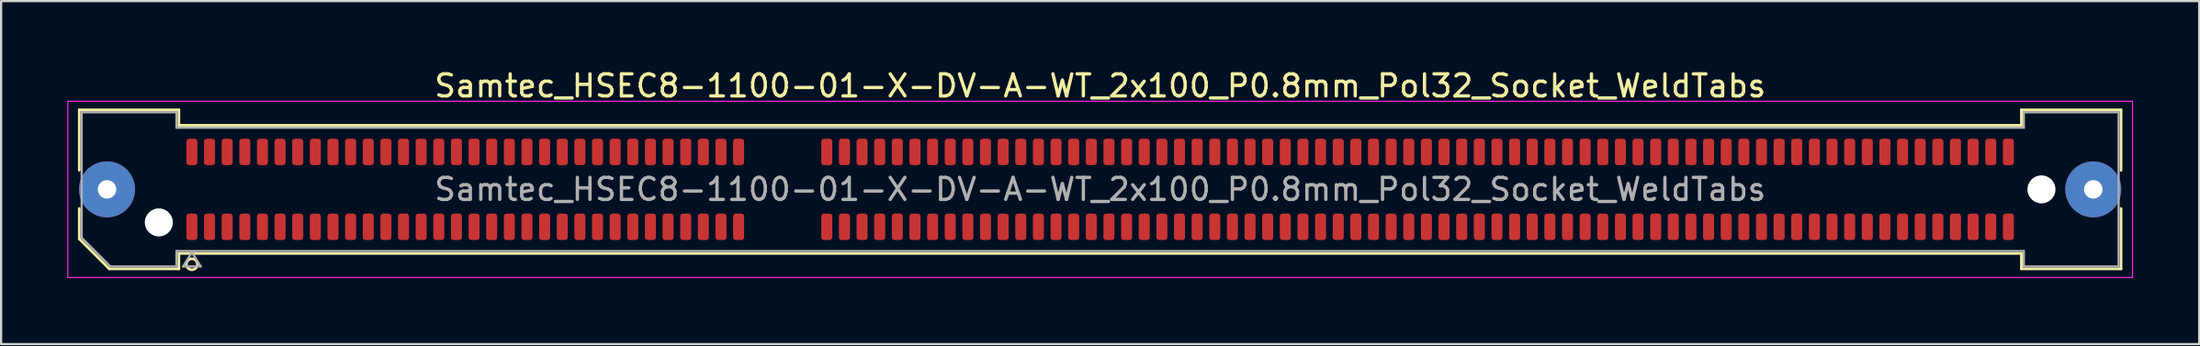
<source format=kicad_pcb>
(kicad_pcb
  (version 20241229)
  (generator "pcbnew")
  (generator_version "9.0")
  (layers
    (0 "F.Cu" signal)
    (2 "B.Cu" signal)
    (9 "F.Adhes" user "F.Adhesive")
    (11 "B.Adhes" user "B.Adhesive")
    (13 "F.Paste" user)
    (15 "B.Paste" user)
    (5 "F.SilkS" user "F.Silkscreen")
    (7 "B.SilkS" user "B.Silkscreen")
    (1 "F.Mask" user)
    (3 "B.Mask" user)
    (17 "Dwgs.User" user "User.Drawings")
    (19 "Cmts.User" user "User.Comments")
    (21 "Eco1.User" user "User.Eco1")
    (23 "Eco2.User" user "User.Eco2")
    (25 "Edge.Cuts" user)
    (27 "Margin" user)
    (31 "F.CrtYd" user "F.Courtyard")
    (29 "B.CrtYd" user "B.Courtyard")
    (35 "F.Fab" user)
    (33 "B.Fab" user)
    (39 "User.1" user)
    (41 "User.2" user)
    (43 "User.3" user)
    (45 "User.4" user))
  (footprint "Samtec_HSEC8-1100-01-X-DV-A-WT_2x100_P0.8mm_Pol32_Socket_WeldTabs"
    (layer "F.Cu")
    (at 46.855 5.548)
    (property "Reference" "Samtec_HSEC8-1100-01-X-DV-A-WT_2x100_P0.8mm_Pol32_Socket_WeldTabs" (at 0 -4.7 0) (layer "F.SilkS") (effects (font (size 1 1) (thickness 0.15))))
    (attr smd)
    (fp_line (start -46.31 -3.61) (end -41.79 -3.61) (stroke (width 0.12) (type solid)) (layer "F.SilkS"))
    (fp_line (start -46.31 -0.868) (end -46.31 -3.61) (stroke (width 0.12) (type solid)) (layer "F.SilkS"))
    (fp_line (start -46.31 2.246) (end -46.31 0.868) (stroke (width 0.12) (type solid)) (layer "F.SilkS"))
    (fp_line (start -44.946 3.61) (end -46.31 2.246) (stroke (width 0.12) (type solid)) (layer "F.SilkS"))
    (fp_line (start -41.79 -3.61) (end -41.79 -2.91) (stroke (width 0.12) (type solid)) (layer "F.SilkS"))
    (fp_line (start -41.79 -2.91) (end 41.79 -2.91) (stroke (width 0.12) (type solid)) (layer "F.SilkS"))
    (fp_line (start -41.79 2.91) (end -41.79 3.61) (stroke (width 0.12) (type solid)) (layer "F.SilkS"))
    (fp_line (start -41.79 3.61) (end -44.946 3.61) (stroke (width 0.12) (type solid)) (layer "F.SilkS"))
    (fp_line (start 41.79 -3.61) (end 46.31 -3.61) (stroke (width 0.12) (type solid)) (layer "F.SilkS"))
    (fp_line (start 41.79 -2.91) (end 41.79 -3.61) (stroke (width 0.12) (type solid)) (layer "F.SilkS"))
    (fp_line (start 41.79 2.91) (end -41.79 2.91) (stroke (width 0.12) (type solid)) (layer "F.SilkS"))
    (fp_line (start 41.79 3.61) (end 41.79 2.91) (stroke (width 0.12) (type solid)) (layer "F.SilkS"))
    (fp_line (start 46.31 -3.61) (end 46.31 -0.868) (stroke (width 0.12) (type solid)) (layer "F.SilkS"))
    (fp_line (start 46.31 0.868) (end 46.31 3.61) (stroke (width 0.12) (type solid)) (layer "F.SilkS"))
    (fp_line (start 46.31 3.61) (end 41.79 3.61) (stroke (width 0.12) (type solid)) (layer "F.SilkS"))
    (fp_circle (center -41.2 3.4) (end -40.95 3.4) (stroke (width 0.12) (type solid)) (fill no) (layer "F.SilkS"))
    (fp_line (start -46.83 -4) (end -46.83 4) (stroke (width 0.05) (type solid)) (layer "F.CrtYd"))
    (fp_line (start -46.83 4) (end 46.83 4) (stroke (width 0.05) (type solid)) (layer "F.CrtYd"))
    (fp_line (start 46.83 -4) (end -46.83 -4) (stroke (width 0.05) (type solid)) (layer "F.CrtYd"))
    (fp_line (start 46.83 4) (end 46.83 -4) (stroke (width 0.05) (type solid)) (layer "F.CrtYd"))
    (fp_line (start -46.2 -3.5) (end -41.9 -3.5) (stroke (width 0.1) (type solid)) (layer "F.Fab"))
    (fp_line (start -46.2 2.2) (end -46.2 -3.5) (stroke (width 0.1) (type solid)) (layer "F.Fab"))
    (fp_line (start -44.9 3.5) (end -46.2 2.2) (stroke (width 0.1) (type solid)) (layer "F.Fab"))
    (fp_line (start -41.9 -3.5) (end -41.9 -2.8) (stroke (width 0.1) (type solid)) (layer "F.Fab"))
    (fp_line (start -41.9 -2.8) (end 41.9 -2.8) (stroke (width 0.1) (type solid)) (layer "F.Fab"))
    (fp_line (start -41.9 2.8) (end -41.9 3.5) (stroke (width 0.1) (type solid)) (layer "F.Fab"))
    (fp_line (start -41.9 3.5) (end -44.9 3.5) (stroke (width 0.1) (type solid)) (layer "F.Fab"))
    (fp_line (start -41.6 3.5) (end -41.2 2.86) (stroke (width 0.1) (type solid)) (layer "F.Fab"))
    (fp_line (start -41.2 2.86) (end -40.8 3.5) (stroke (width 0.1) (type solid)) (layer "F.Fab"))
    (fp_line (start -40.8 3.5) (end -41.6 3.5) (stroke (width 0.1) (type solid)) (layer "F.Fab"))
    (fp_line (start 41.9 -3.5) (end 46.2 -3.5) (stroke (width 0.1) (type solid)) (layer "F.Fab"))
    (fp_line (start 41.9 -2.8) (end 41.9 -3.5) (stroke (width 0.1) (type solid)) (layer "F.Fab"))
    (fp_line (start 41.9 2.8) (end -41.9 2.8) (stroke (width 0.1) (type solid)) (layer "F.Fab"))
    (fp_line (start 41.9 3.5) (end 41.9 2.8) (stroke (width 0.1) (type solid)) (layer "F.Fab"))
    (fp_line (start 46.2 -3.5) (end 46.2 3.5) (stroke (width 0.1) (type solid)) (layer "F.Fab"))
    (fp_line (start 46.2 3.5) (end 41.9 3.5) (stroke (width 0.1) (type solid)) (layer "F.Fab"))
    (fp_text user "${REFERENCE}" (at 0 0 0) (layer "F.Fab") (effects (font (size 1 1) (thickness 0.15))))
    (pad "" thru_hole circle (at -45.05 0) (size 2.54 2.54) (drill 0.84) (layers "*.Cu" "*.Mask" "F.Paste"))
    (pad "" np_thru_hole circle (at -42.7 1.5) (size 1.27 1.27) (drill 1.27) (layers "*.Cu" "*.Mask"))
    (pad "" np_thru_hole circle (at 42.7 0) (size 1.27 1.27) (drill 1.27) (layers "*.Cu" "*.Mask"))
    (pad "" thru_hole circle (at 45.05 0) (size 2.54 2.54) (drill 0.84) (layers "*.Cu" "*.Mask" "F.Paste"))
    (pad "1" smd roundrect (at -41.2 1.7) (size 0.5 1.2) (layers "F.Cu" "F.Mask" "F.Paste") (roundrect_rratio 0.25))
    (pad "2" smd roundrect (at -41.2 -1.7) (size 0.5 1.2) (layers "F.Cu" "F.Mask" "F.Paste") (roundrect_rratio 0.25))
    (pad "3" smd roundrect (at -40.4 1.7) (size 0.5 1.2) (layers "F.Cu" "F.Mask" "F.Paste") (roundrect_rratio 0.25))
    (pad "4" smd roundrect (at -40.4 -1.7) (size 0.5 1.2) (layers "F.Cu" "F.Mask" "F.Paste") (roundrect_rratio 0.25))
    (pad "5" smd roundrect (at -39.6 1.7) (size 0.5 1.2) (layers "F.Cu" "F.Mask" "F.Paste") (roundrect_rratio 0.25))
    (pad "6" smd roundrect (at -39.6 -1.7) (size 0.5 1.2) (layers "F.Cu" "F.Mask" "F.Paste") (roundrect_rratio 0.25))
    (pad "7" smd roundrect (at -38.8 1.7) (size 0.5 1.2) (layers "F.Cu" "F.Mask" "F.Paste") (roundrect_rratio 0.25))
    (pad "8" smd roundrect (at -38.8 -1.7) (size 0.5 1.2) (layers "F.Cu" "F.Mask" "F.Paste") (roundrect_rratio 0.25))
    (pad "9" smd roundrect (at -38 1.7) (size 0.5 1.2) (layers "F.Cu" "F.Mask" "F.Paste") (roundrect_rratio 0.25))
    (pad "10" smd roundrect (at -38 -1.7) (size 0.5 1.2) (layers "F.Cu" "F.Mask" "F.Paste") (roundrect_rratio 0.25))
    (pad "11" smd roundrect (at -37.2 1.7) (size 0.5 1.2) (layers "F.Cu" "F.Mask" "F.Paste") (roundrect_rratio 0.25))
    (pad "12" smd roundrect (at -37.2 -1.7) (size 0.5 1.2) (layers "F.Cu" "F.Mask" "F.Paste") (roundrect_rratio 0.25))
    (pad "13" smd roundrect (at -36.4 1.7) (size 0.5 1.2) (layers "F.Cu" "F.Mask" "F.Paste") (roundrect_rratio 0.25))
    (pad "14" smd roundrect (at -36.4 -1.7) (size 0.5 1.2) (layers "F.Cu" "F.Mask" "F.Paste") (roundrect_rratio 0.25))
    (pad "15" smd roundrect (at -35.6 1.7) (size 0.5 1.2) (layers "F.Cu" "F.Mask" "F.Paste") (roundrect_rratio 0.25))
    (pad "16" smd roundrect (at -35.6 -1.7) (size 0.5 1.2) (layers "F.Cu" "F.Mask" "F.Paste") (roundrect_rratio 0.25))
    (pad "17" smd roundrect (at -34.8 1.7) (size 0.5 1.2) (layers "F.Cu" "F.Mask" "F.Paste") (roundrect_rratio 0.25))
    (pad "18" smd roundrect (at -34.8 -1.7) (size 0.5 1.2) (layers "F.Cu" "F.Mask" "F.Paste") (roundrect_rratio 0.25))
    (pad "19" smd roundrect (at -34 1.7) (size 0.5 1.2) (layers "F.Cu" "F.Mask" "F.Paste") (roundrect_rratio 0.25))
    (pad "20" smd roundrect (at -34 -1.7) (size 0.5 1.2) (layers "F.Cu" "F.Mask" "F.Paste") (roundrect_rratio 0.25))
    (pad "21" smd roundrect (at -33.2 1.7) (size 0.5 1.2) (layers "F.Cu" "F.Mask" "F.Paste") (roundrect_rratio 0.25))
    (pad "22" smd roundrect (at -33.2 -1.7) (size 0.5 1.2) (layers "F.Cu" "F.Mask" "F.Paste") (roundrect_rratio 0.25))
    (pad "23" smd roundrect (at -32.4 1.7) (size 0.5 1.2) (layers "F.Cu" "F.Mask" "F.Paste") (roundrect_rratio 0.25))
    (pad "24" smd roundrect (at -32.4 -1.7) (size 0.5 1.2) (layers "F.Cu" "F.Mask" "F.Paste") (roundrect_rratio 0.25))
    (pad "25" smd roundrect (at -31.6 1.7) (size 0.5 1.2) (layers "F.Cu" "F.Mask" "F.Paste") (roundrect_rratio 0.25))
    (pad "26" smd roundrect (at -31.6 -1.7) (size 0.5 1.2) (layers "F.Cu" "F.Mask" "F.Paste") (roundrect_rratio 0.25))
    (pad "27" smd roundrect (at -30.8 1.7) (size 0.5 1.2) (layers "F.Cu" "F.Mask" "F.Paste") (roundrect_rratio 0.25))
    (pad "28" smd roundrect (at -30.8 -1.7) (size 0.5 1.2) (layers "F.Cu" "F.Mask" "F.Paste") (roundrect_rratio 0.25))
    (pad "29" smd roundrect (at -30 1.7) (size 0.5 1.2) (layers "F.Cu" "F.Mask" "F.Paste") (roundrect_rratio 0.25))
    (pad "30" smd roundrect (at -30 -1.7) (size 0.5 1.2) (layers "F.Cu" "F.Mask" "F.Paste") (roundrect_rratio 0.25))
    (pad "31" smd roundrect (at -29.2 1.7) (size 0.5 1.2) (layers "F.Cu" "F.Mask" "F.Paste") (roundrect_rratio 0.25))
    (pad "32" smd roundrect (at -29.2 -1.7) (size 0.5 1.2) (layers "F.Cu" "F.Mask" "F.Paste") (roundrect_rratio 0.25))
    (pad "33" smd roundrect (at -28.4 1.7) (size 0.5 1.2) (layers "F.Cu" "F.Mask" "F.Paste") (roundrect_rratio 0.25))
    (pad "34" smd roundrect (at -28.4 -1.7) (size 0.5 1.2) (layers "F.Cu" "F.Mask" "F.Paste") (roundrect_rratio 0.25))
    (pad "35" smd roundrect (at -27.6 1.7) (size 0.5 1.2) (layers "F.Cu" "F.Mask" "F.Paste") (roundrect_rratio 0.25))
    (pad "36" smd roundrect (at -27.6 -1.7) (size 0.5 1.2) (layers "F.Cu" "F.Mask" "F.Paste") (roundrect_rratio 0.25))
    (pad "37" smd roundrect (at -26.8 1.7) (size 0.5 1.2) (layers "F.Cu" "F.Mask" "F.Paste") (roundrect_rratio 0.25))
    (pad "38" smd roundrect (at -26.8 -1.7) (size 0.5 1.2) (layers "F.Cu" "F.Mask" "F.Paste") (roundrect_rratio 0.25))
    (pad "39" smd roundrect (at -26 1.7) (size 0.5 1.2) (layers "F.Cu" "F.Mask" "F.Paste") (roundrect_rratio 0.25))
    (pad "40" smd roundrect (at -26 -1.7) (size 0.5 1.2) (layers "F.Cu" "F.Mask" "F.Paste") (roundrect_rratio 0.25))
    (pad "41" smd roundrect (at -25.2 1.7) (size 0.5 1.2) (layers "F.Cu" "F.Mask" "F.Paste") (roundrect_rratio 0.25))
    (pad "42" smd roundrect (at -25.2 -1.7) (size 0.5 1.2) (layers "F.Cu" "F.Mask" "F.Paste") (roundrect_rratio 0.25))
    (pad "43" smd roundrect (at -24.4 1.7) (size 0.5 1.2) (layers "F.Cu" "F.Mask" "F.Paste") (roundrect_rratio 0.25))
    (pad "44" smd roundrect (at -24.4 -1.7) (size 0.5 1.2) (layers "F.Cu" "F.Mask" "F.Paste") (roundrect_rratio 0.25))
    (pad "45" smd roundrect (at -23.6 1.7) (size 0.5 1.2) (layers "F.Cu" "F.Mask" "F.Paste") (roundrect_rratio 0.25))
    (pad "46" smd roundrect (at -23.6 -1.7) (size 0.5 1.2) (layers "F.Cu" "F.Mask" "F.Paste") (roundrect_rratio 0.25))
    (pad "47" smd roundrect (at -22.8 1.7) (size 0.5 1.2) (layers "F.Cu" "F.Mask" "F.Paste") (roundrect_rratio 0.25))
    (pad "48" smd roundrect (at -22.8 -1.7) (size 0.5 1.2) (layers "F.Cu" "F.Mask" "F.Paste") (roundrect_rratio 0.25))
    (pad "49" smd roundrect (at -22 1.7) (size 0.5 1.2) (layers "F.Cu" "F.Mask" "F.Paste") (roundrect_rratio 0.25))
    (pad "50" smd roundrect (at -22 -1.7) (size 0.5 1.2) (layers "F.Cu" "F.Mask" "F.Paste") (roundrect_rratio 0.25))
    (pad "51" smd roundrect (at -21.2 1.7) (size 0.5 1.2) (layers "F.Cu" "F.Mask" "F.Paste") (roundrect_rratio 0.25))
    (pad "52" smd roundrect (at -21.2 -1.7) (size 0.5 1.2) (layers "F.Cu" "F.Mask" "F.Paste") (roundrect_rratio 0.25))
    (pad "53" smd roundrect (at -20.4 1.7) (size 0.5 1.2) (layers "F.Cu" "F.Mask" "F.Paste") (roundrect_rratio 0.25))
    (pad "54" smd roundrect (at -20.4 -1.7) (size 0.5 1.2) (layers "F.Cu" "F.Mask" "F.Paste") (roundrect_rratio 0.25))
    (pad "55" smd roundrect (at -19.6 1.7) (size 0.5 1.2) (layers "F.Cu" "F.Mask" "F.Paste") (roundrect_rratio 0.25))
    (pad "56" smd roundrect (at -19.6 -1.7) (size 0.5 1.2) (layers "F.Cu" "F.Mask" "F.Paste") (roundrect_rratio 0.25))
    (pad "57" smd roundrect (at -18.8 1.7) (size 0.5 1.2) (layers "F.Cu" "F.Mask" "F.Paste") (roundrect_rratio 0.25))
    (pad "58" smd roundrect (at -18.8 -1.7) (size 0.5 1.2) (layers "F.Cu" "F.Mask" "F.Paste") (roundrect_rratio 0.25))
    (pad "59" smd roundrect (at -18 1.7) (size 0.5 1.2) (layers "F.Cu" "F.Mask" "F.Paste") (roundrect_rratio 0.25))
    (pad "60" smd roundrect (at -18 -1.7) (size 0.5 1.2) (layers "F.Cu" "F.Mask" "F.Paste") (roundrect_rratio 0.25))
    (pad "61" smd roundrect (at -17.2 1.7) (size 0.5 1.2) (layers "F.Cu" "F.Mask" "F.Paste") (roundrect_rratio 0.25))
    (pad "62" smd roundrect (at -17.2 -1.7) (size 0.5 1.2) (layers "F.Cu" "F.Mask" "F.Paste") (roundrect_rratio 0.25))
    (pad "63" smd roundrect (at -16.4 1.7) (size 0.5 1.2) (layers "F.Cu" "F.Mask" "F.Paste") (roundrect_rratio 0.25))
    (pad "64" smd roundrect (at -16.4 -1.7) (size 0.5 1.2) (layers "F.Cu" "F.Mask" "F.Paste") (roundrect_rratio 0.25))
    (pad "65" smd roundrect (at -12.4 1.7) (size 0.5 1.2) (layers "F.Cu" "F.Mask" "F.Paste") (roundrect_rratio 0.25))
    (pad "66" smd roundrect (at -12.4 -1.7) (size 0.5 1.2) (layers "F.Cu" "F.Mask" "F.Paste") (roundrect_rratio 0.25))
    (pad "67" smd roundrect (at -11.6 1.7) (size 0.5 1.2) (layers "F.Cu" "F.Mask" "F.Paste") (roundrect_rratio 0.25))
    (pad "68" smd roundrect (at -11.6 -1.7) (size 0.5 1.2) (layers "F.Cu" "F.Mask" "F.Paste") (roundrect_rratio 0.25))
    (pad "69" smd roundrect (at -10.8 1.7) (size 0.5 1.2) (layers "F.Cu" "F.Mask" "F.Paste") (roundrect_rratio 0.25))
    (pad "70" smd roundrect (at -10.8 -1.7) (size 0.5 1.2) (layers "F.Cu" "F.Mask" "F.Paste") (roundrect_rratio 0.25))
    (pad "71" smd roundrect (at -10 1.7) (size 0.5 1.2) (layers "F.Cu" "F.Mask" "F.Paste") (roundrect_rratio 0.25))
    (pad "72" smd roundrect (at -10 -1.7) (size 0.5 1.2) (layers "F.Cu" "F.Mask" "F.Paste") (roundrect_rratio 0.25))
    (pad "73" smd roundrect (at -9.2 1.7) (size 0.5 1.2) (layers "F.Cu" "F.Mask" "F.Paste") (roundrect_rratio 0.25))
    (pad "74" smd roundrect (at -9.2 -1.7) (size 0.5 1.2) (layers "F.Cu" "F.Mask" "F.Paste") (roundrect_rratio 0.25))
    (pad "75" smd roundrect (at -8.4 1.7) (size 0.5 1.2) (layers "F.Cu" "F.Mask" "F.Paste") (roundrect_rratio 0.25))
    (pad "76" smd roundrect (at -8.4 -1.7) (size 0.5 1.2) (layers "F.Cu" "F.Mask" "F.Paste") (roundrect_rratio 0.25))
    (pad "77" smd roundrect (at -7.6 1.7) (size 0.5 1.2) (layers "F.Cu" "F.Mask" "F.Paste") (roundrect_rratio 0.25))
    (pad "78" smd roundrect (at -7.6 -1.7) (size 0.5 1.2) (layers "F.Cu" "F.Mask" "F.Paste") (roundrect_rratio 0.25))
    (pad "79" smd roundrect (at -6.8 1.7) (size 0.5 1.2) (layers "F.Cu" "F.Mask" "F.Paste") (roundrect_rratio 0.25))
    (pad "80" smd roundrect (at -6.8 -1.7) (size 0.5 1.2) (layers "F.Cu" "F.Mask" "F.Paste") (roundrect_rratio 0.25))
    (pad "81" smd roundrect (at -6 1.7) (size 0.5 1.2) (layers "F.Cu" "F.Mask" "F.Paste") (roundrect_rratio 0.25))
    (pad "82" smd roundrect (at -6 -1.7) (size 0.5 1.2) (layers "F.Cu" "F.Mask" "F.Paste") (roundrect_rratio 0.25))
    (pad "83" smd roundrect (at -5.2 1.7) (size 0.5 1.2) (layers "F.Cu" "F.Mask" "F.Paste") (roundrect_rratio 0.25))
    (pad "84" smd roundrect (at -5.2 -1.7) (size 0.5 1.2) (layers "F.Cu" "F.Mask" "F.Paste") (roundrect_rratio 0.25))
    (pad "85" smd roundrect (at -4.4 1.7) (size 0.5 1.2) (layers "F.Cu" "F.Mask" "F.Paste") (roundrect_rratio 0.25))
    (pad "86" smd roundrect (at -4.4 -1.7) (size 0.5 1.2) (layers "F.Cu" "F.Mask" "F.Paste") (roundrect_rratio 0.25))
    (pad "87" smd roundrect (at -3.6 1.7) (size 0.5 1.2) (layers "F.Cu" "F.Mask" "F.Paste") (roundrect_rratio 0.25))
    (pad "88" smd roundrect (at -3.6 -1.7) (size 0.5 1.2) (layers "F.Cu" "F.Mask" "F.Paste") (roundrect_rratio 0.25))
    (pad "89" smd roundrect (at -2.8 1.7) (size 0.5 1.2) (layers "F.Cu" "F.Mask" "F.Paste") (roundrect_rratio 0.25))
    (pad "90" smd roundrect (at -2.8 -1.7) (size 0.5 1.2) (layers "F.Cu" "F.Mask" "F.Paste") (roundrect_rratio 0.25))
    (pad "91" smd roundrect (at -2 1.7) (size 0.5 1.2) (layers "F.Cu" "F.Mask" "F.Paste") (roundrect_rratio 0.25))
    (pad "92" smd roundrect (at -2 -1.7) (size 0.5 1.2) (layers "F.Cu" "F.Mask" "F.Paste") (roundrect_rratio 0.25))
    (pad "93" smd roundrect (at -1.2 1.7) (size 0.5 1.2) (layers "F.Cu" "F.Mask" "F.Paste") (roundrect_rratio 0.25))
    (pad "94" smd roundrect (at -1.2 -1.7) (size 0.5 1.2) (layers "F.Cu" "F.Mask" "F.Paste") (roundrect_rratio 0.25))
    (pad "95" smd roundrect (at -0.4 1.7) (size 0.5 1.2) (layers "F.Cu" "F.Mask" "F.Paste") (roundrect_rratio 0.25))
    (pad "96" smd roundrect (at -0.4 -1.7) (size 0.5 1.2) (layers "F.Cu" "F.Mask" "F.Paste") (roundrect_rratio 0.25))
    (pad "97" smd roundrect (at 0.4 1.7) (size 0.5 1.2) (layers "F.Cu" "F.Mask" "F.Paste") (roundrect_rratio 0.25))
    (pad "98" smd roundrect (at 0.4 -1.7) (size 0.5 1.2) (layers "F.Cu" "F.Mask" "F.Paste") (roundrect_rratio 0.25))
    (pad "99" smd roundrect (at 1.2 1.7) (size 0.5 1.2) (layers "F.Cu" "F.Mask" "F.Paste") (roundrect_rratio 0.25))
    (pad "100" smd roundrect (at 1.2 -1.7) (size 0.5 1.2) (layers "F.Cu" "F.Mask" "F.Paste") (roundrect_rratio 0.25))
    (pad "101" smd roundrect (at 2 1.7) (size 0.5 1.2) (layers "F.Cu" "F.Mask" "F.Paste") (roundrect_rratio 0.25))
    (pad "102" smd roundrect (at 2 -1.7) (size 0.5 1.2) (layers "F.Cu" "F.Mask" "F.Paste") (roundrect_rratio 0.25))
    (pad "103" smd roundrect (at 2.8 1.7) (size 0.5 1.2) (layers "F.Cu" "F.Mask" "F.Paste") (roundrect_rratio 0.25))
    (pad "104" smd roundrect (at 2.8 -1.7) (size 0.5 1.2) (layers "F.Cu" "F.Mask" "F.Paste") (roundrect_rratio 0.25))
    (pad "105" smd roundrect (at 3.6 1.7) (size 0.5 1.2) (layers "F.Cu" "F.Mask" "F.Paste") (roundrect_rratio 0.25))
    (pad "106" smd roundrect (at 3.6 -1.7) (size 0.5 1.2) (layers "F.Cu" "F.Mask" "F.Paste") (roundrect_rratio 0.25))
    (pad "107" smd roundrect (at 4.4 1.7) (size 0.5 1.2) (layers "F.Cu" "F.Mask" "F.Paste") (roundrect_rratio 0.25))
    (pad "108" smd roundrect (at 4.4 -1.7) (size 0.5 1.2) (layers "F.Cu" "F.Mask" "F.Paste") (roundrect_rratio 0.25))
    (pad "109" smd roundrect (at 5.2 1.7) (size 0.5 1.2) (layers "F.Cu" "F.Mask" "F.Paste") (roundrect_rratio 0.25))
    (pad "110" smd roundrect (at 5.2 -1.7) (size 0.5 1.2) (layers "F.Cu" "F.Mask" "F.Paste") (roundrect_rratio 0.25))
    (pad "111" smd roundrect (at 6 1.7) (size 0.5 1.2) (layers "F.Cu" "F.Mask" "F.Paste") (roundrect_rratio 0.25))
    (pad "112" smd roundrect (at 6 -1.7) (size 0.5 1.2) (layers "F.Cu" "F.Mask" "F.Paste") (roundrect_rratio 0.25))
    (pad "113" smd roundrect (at 6.8 1.7) (size 0.5 1.2) (layers "F.Cu" "F.Mask" "F.Paste") (roundrect_rratio 0.25))
    (pad "114" smd roundrect (at 6.8 -1.7) (size 0.5 1.2) (layers "F.Cu" "F.Mask" "F.Paste") (roundrect_rratio 0.25))
    (pad "115" smd roundrect (at 7.6 1.7) (size 0.5 1.2) (layers "F.Cu" "F.Mask" "F.Paste") (roundrect_rratio 0.25))
    (pad "116" smd roundrect (at 7.6 -1.7) (size 0.5 1.2) (layers "F.Cu" "F.Mask" "F.Paste") (roundrect_rratio 0.25))
    (pad "117" smd roundrect (at 8.4 1.7) (size 0.5 1.2) (layers "F.Cu" "F.Mask" "F.Paste") (roundrect_rratio 0.25))
    (pad "118" smd roundrect (at 8.4 -1.7) (size 0.5 1.2) (layers "F.Cu" "F.Mask" "F.Paste") (roundrect_rratio 0.25))
    (pad "119" smd roundrect (at 9.2 1.7) (size 0.5 1.2) (layers "F.Cu" "F.Mask" "F.Paste") (roundrect_rratio 0.25))
    (pad "120" smd roundrect (at 9.2 -1.7) (size 0.5 1.2) (layers "F.Cu" "F.Mask" "F.Paste") (roundrect_rratio 0.25))
    (pad "121" smd roundrect (at 10 1.7) (size 0.5 1.2) (layers "F.Cu" "F.Mask" "F.Paste") (roundrect_rratio 0.25))
    (pad "122" smd roundrect (at 10 -1.7) (size 0.5 1.2) (layers "F.Cu" "F.Mask" "F.Paste") (roundrect_rratio 0.25))
    (pad "123" smd roundrect (at 10.8 1.7) (size 0.5 1.2) (layers "F.Cu" "F.Mask" "F.Paste") (roundrect_rratio 0.25))
    (pad "124" smd roundrect (at 10.8 -1.7) (size 0.5 1.2) (layers "F.Cu" "F.Mask" "F.Paste") (roundrect_rratio 0.25))
    (pad "125" smd roundrect (at 11.6 1.7) (size 0.5 1.2) (layers "F.Cu" "F.Mask" "F.Paste") (roundrect_rratio 0.25))
    (pad "126" smd roundrect (at 11.6 -1.7) (size 0.5 1.2) (layers "F.Cu" "F.Mask" "F.Paste") (roundrect_rratio 0.25))
    (pad "127" smd roundrect (at 12.4 1.7) (size 0.5 1.2) (layers "F.Cu" "F.Mask" "F.Paste") (roundrect_rratio 0.25))
    (pad "128" smd roundrect (at 12.4 -1.7) (size 0.5 1.2) (layers "F.Cu" "F.Mask" "F.Paste") (roundrect_rratio 0.25))
    (pad "129" smd roundrect (at 13.2 1.7) (size 0.5 1.2) (layers "F.Cu" "F.Mask" "F.Paste") (roundrect_rratio 0.25))
    (pad "130" smd roundrect (at 13.2 -1.7) (size 0.5 1.2) (layers "F.Cu" "F.Mask" "F.Paste") (roundrect_rratio 0.25))
    (pad "131" smd roundrect (at 14 1.7) (size 0.5 1.2) (layers "F.Cu" "F.Mask" "F.Paste") (roundrect_rratio 0.25))
    (pad "132" smd roundrect (at 14 -1.7) (size 0.5 1.2) (layers "F.Cu" "F.Mask" "F.Paste") (roundrect_rratio 0.25))
    (pad "133" smd roundrect (at 14.8 1.7) (size 0.5 1.2) (layers "F.Cu" "F.Mask" "F.Paste") (roundrect_rratio 0.25))
    (pad "134" smd roundrect (at 14.8 -1.7) (size 0.5 1.2) (layers "F.Cu" "F.Mask" "F.Paste") (roundrect_rratio 0.25))
    (pad "135" smd roundrect (at 15.6 1.7) (size 0.5 1.2) (layers "F.Cu" "F.Mask" "F.Paste") (roundrect_rratio 0.25))
    (pad "136" smd roundrect (at 15.6 -1.7) (size 0.5 1.2) (layers "F.Cu" "F.Mask" "F.Paste") (roundrect_rratio 0.25))
    (pad "137" smd roundrect (at 16.4 1.7) (size 0.5 1.2) (layers "F.Cu" "F.Mask" "F.Paste") (roundrect_rratio 0.25))
    (pad "138" smd roundrect (at 16.4 -1.7) (size 0.5 1.2) (layers "F.Cu" "F.Mask" "F.Paste") (roundrect_rratio 0.25))
    (pad "139" smd roundrect (at 17.2 1.7) (size 0.5 1.2) (layers "F.Cu" "F.Mask" "F.Paste") (roundrect_rratio 0.25))
    (pad "140" smd roundrect (at 17.2 -1.7) (size 0.5 1.2) (layers "F.Cu" "F.Mask" "F.Paste") (roundrect_rratio 0.25))
    (pad "141" smd roundrect (at 18 1.7) (size 0.5 1.2) (layers "F.Cu" "F.Mask" "F.Paste") (roundrect_rratio 0.25))
    (pad "142" smd roundrect (at 18 -1.7) (size 0.5 1.2) (layers "F.Cu" "F.Mask" "F.Paste") (roundrect_rratio 0.25))
    (pad "143" smd roundrect (at 18.8 1.7) (size 0.5 1.2) (layers "F.Cu" "F.Mask" "F.Paste") (roundrect_rratio 0.25))
    (pad "144" smd roundrect (at 18.8 -1.7) (size 0.5 1.2) (layers "F.Cu" "F.Mask" "F.Paste") (roundrect_rratio 0.25))
    (pad "145" smd roundrect (at 19.6 1.7) (size 0.5 1.2) (layers "F.Cu" "F.Mask" "F.Paste") (roundrect_rratio 0.25))
    (pad "146" smd roundrect (at 19.6 -1.7) (size 0.5 1.2) (layers "F.Cu" "F.Mask" "F.Paste") (roundrect_rratio 0.25))
    (pad "147" smd roundrect (at 20.4 1.7) (size 0.5 1.2) (layers "F.Cu" "F.Mask" "F.Paste") (roundrect_rratio 0.25))
    (pad "148" smd roundrect (at 20.4 -1.7) (size 0.5 1.2) (layers "F.Cu" "F.Mask" "F.Paste") (roundrect_rratio 0.25))
    (pad "149" smd roundrect (at 21.2 1.7) (size 0.5 1.2) (layers "F.Cu" "F.Mask" "F.Paste") (roundrect_rratio 0.25))
    (pad "150" smd roundrect (at 21.2 -1.7) (size 0.5 1.2) (layers "F.Cu" "F.Mask" "F.Paste") (roundrect_rratio 0.25))
    (pad "151" smd roundrect (at 22 1.7) (size 0.5 1.2) (layers "F.Cu" "F.Mask" "F.Paste") (roundrect_rratio 0.25))
    (pad "152" smd roundrect (at 22 -1.7) (size 0.5 1.2) (layers "F.Cu" "F.Mask" "F.Paste") (roundrect_rratio 0.25))
    (pad "153" smd roundrect (at 22.8 1.7) (size 0.5 1.2) (layers "F.Cu" "F.Mask" "F.Paste") (roundrect_rratio 0.25))
    (pad "154" smd roundrect (at 22.8 -1.7) (size 0.5 1.2) (layers "F.Cu" "F.Mask" "F.Paste") (roundrect_rratio 0.25))
    (pad "155" smd roundrect (at 23.6 1.7) (size 0.5 1.2) (layers "F.Cu" "F.Mask" "F.Paste") (roundrect_rratio 0.25))
    (pad "156" smd roundrect (at 23.6 -1.7) (size 0.5 1.2) (layers "F.Cu" "F.Mask" "F.Paste") (roundrect_rratio 0.25))
    (pad "157" smd roundrect (at 24.4 1.7) (size 0.5 1.2) (layers "F.Cu" "F.Mask" "F.Paste") (roundrect_rratio 0.25))
    (pad "158" smd roundrect (at 24.4 -1.7) (size 0.5 1.2) (layers "F.Cu" "F.Mask" "F.Paste") (roundrect_rratio 0.25))
    (pad "159" smd roundrect (at 25.2 1.7) (size 0.5 1.2) (layers "F.Cu" "F.Mask" "F.Paste") (roundrect_rratio 0.25))
    (pad "160" smd roundrect (at 25.2 -1.7) (size 0.5 1.2) (layers "F.Cu" "F.Mask" "F.Paste") (roundrect_rratio 0.25))
    (pad "161" smd roundrect (at 26 1.7) (size 0.5 1.2) (layers "F.Cu" "F.Mask" "F.Paste") (roundrect_rratio 0.25))
    (pad "162" smd roundrect (at 26 -1.7) (size 0.5 1.2) (layers "F.Cu" "F.Mask" "F.Paste") (roundrect_rratio 0.25))
    (pad "163" smd roundrect (at 26.8 1.7) (size 0.5 1.2) (layers "F.Cu" "F.Mask" "F.Paste") (roundrect_rratio 0.25))
    (pad "164" smd roundrect (at 26.8 -1.7) (size 0.5 1.2) (layers "F.Cu" "F.Mask" "F.Paste") (roundrect_rratio 0.25))
    (pad "165" smd roundrect (at 27.6 1.7) (size 0.5 1.2) (layers "F.Cu" "F.Mask" "F.Paste") (roundrect_rratio 0.25))
    (pad "166" smd roundrect (at 27.6 -1.7) (size 0.5 1.2) (layers "F.Cu" "F.Mask" "F.Paste") (roundrect_rratio 0.25))
    (pad "167" smd roundrect (at 28.4 1.7) (size 0.5 1.2) (layers "F.Cu" "F.Mask" "F.Paste") (roundrect_rratio 0.25))
    (pad "168" smd roundrect (at 28.4 -1.7) (size 0.5 1.2) (layers "F.Cu" "F.Mask" "F.Paste") (roundrect_rratio 0.25))
    (pad "169" smd roundrect (at 29.2 1.7) (size 0.5 1.2) (layers "F.Cu" "F.Mask" "F.Paste") (roundrect_rratio 0.25))
    (pad "170" smd roundrect (at 29.2 -1.7) (size 0.5 1.2) (layers "F.Cu" "F.Mask" "F.Paste") (roundrect_rratio 0.25))
    (pad "171" smd roundrect (at 30 1.7) (size 0.5 1.2) (layers "F.Cu" "F.Mask" "F.Paste") (roundrect_rratio 0.25))
    (pad "172" smd roundrect (at 30 -1.7) (size 0.5 1.2) (layers "F.Cu" "F.Mask" "F.Paste") (roundrect_rratio 0.25))
    (pad "173" smd roundrect (at 30.8 1.7) (size 0.5 1.2) (layers "F.Cu" "F.Mask" "F.Paste") (roundrect_rratio 0.25))
    (pad "174" smd roundrect (at 30.8 -1.7) (size 0.5 1.2) (layers "F.Cu" "F.Mask" "F.Paste") (roundrect_rratio 0.25))
    (pad "175" smd roundrect (at 31.6 1.7) (size 0.5 1.2) (layers "F.Cu" "F.Mask" "F.Paste") (roundrect_rratio 0.25))
    (pad "176" smd roundrect (at 31.6 -1.7) (size 0.5 1.2) (layers "F.Cu" "F.Mask" "F.Paste") (roundrect_rratio 0.25))
    (pad "177" smd roundrect (at 32.4 1.7) (size 0.5 1.2) (layers "F.Cu" "F.Mask" "F.Paste") (roundrect_rratio 0.25))
    (pad "178" smd roundrect (at 32.4 -1.7) (size 0.5 1.2) (layers "F.Cu" "F.Mask" "F.Paste") (roundrect_rratio 0.25))
    (pad "179" smd roundrect (at 33.2 1.7) (size 0.5 1.2) (layers "F.Cu" "F.Mask" "F.Paste") (roundrect_rratio 0.25))
    (pad "180" smd roundrect (at 33.2 -1.7) (size 0.5 1.2) (layers "F.Cu" "F.Mask" "F.Paste") (roundrect_rratio 0.25))
    (pad "181" smd roundrect (at 34 1.7) (size 0.5 1.2) (layers "F.Cu" "F.Mask" "F.Paste") (roundrect_rratio 0.25))
    (pad "182" smd roundrect (at 34 -1.7) (size 0.5 1.2) (layers "F.Cu" "F.Mask" "F.Paste") (roundrect_rratio 0.25))
    (pad "183" smd roundrect (at 34.8 1.7) (size 0.5 1.2) (layers "F.Cu" "F.Mask" "F.Paste") (roundrect_rratio 0.25))
    (pad "184" smd roundrect (at 34.8 -1.7) (size 0.5 1.2) (layers "F.Cu" "F.Mask" "F.Paste") (roundrect_rratio 0.25))
    (pad "185" smd roundrect (at 35.6 1.7) (size 0.5 1.2) (layers "F.Cu" "F.Mask" "F.Paste") (roundrect_rratio 0.25))
    (pad "186" smd roundrect (at 35.6 -1.7) (size 0.5 1.2) (layers "F.Cu" "F.Mask" "F.Paste") (roundrect_rratio 0.25))
    (pad "187" smd roundrect (at 36.4 1.7) (size 0.5 1.2) (layers "F.Cu" "F.Mask" "F.Paste") (roundrect_rratio 0.25))
    (pad "188" smd roundrect (at 36.4 -1.7) (size 0.5 1.2) (layers "F.Cu" "F.Mask" "F.Paste") (roundrect_rratio 0.25))
    (pad "189" smd roundrect (at 37.2 1.7) (size 0.5 1.2) (layers "F.Cu" "F.Mask" "F.Paste") (roundrect_rratio 0.25))
    (pad "190" smd roundrect (at 37.2 -1.7) (size 0.5 1.2) (layers "F.Cu" "F.Mask" "F.Paste") (roundrect_rratio 0.25))
    (pad "191" smd roundrect (at 38 1.7) (size 0.5 1.2) (layers "F.Cu" "F.Mask" "F.Paste") (roundrect_rratio 0.25))
    (pad "192" smd roundrect (at 38 -1.7) (size 0.5 1.2) (layers "F.Cu" "F.Mask" "F.Paste") (roundrect_rratio 0.25))
    (pad "193" smd roundrect (at 38.8 1.7) (size 0.5 1.2) (layers "F.Cu" "F.Mask" "F.Paste") (roundrect_rratio 0.25))
    (pad "194" smd roundrect (at 38.8 -1.7) (size 0.5 1.2) (layers "F.Cu" "F.Mask" "F.Paste") (roundrect_rratio 0.25))
    (pad "195" smd roundrect (at 39.6 1.7) (size 0.5 1.2) (layers "F.Cu" "F.Mask" "F.Paste") (roundrect_rratio 0.25))
    (pad "196" smd roundrect (at 39.6 -1.7) (size 0.5 1.2) (layers "F.Cu" "F.Mask" "F.Paste") (roundrect_rratio 0.25))
    (pad "197" smd roundrect (at 40.4 1.7) (size 0.5 1.2) (layers "F.Cu" "F.Mask" "F.Paste") (roundrect_rratio 0.25))
    (pad "198" smd roundrect (at 40.4 -1.7) (size 0.5 1.2) (layers "F.Cu" "F.Mask" "F.Paste") (roundrect_rratio 0.25))
    (pad "199" smd roundrect (at 41.2 1.7) (size 0.5 1.2) (layers "F.Cu" "F.Mask" "F.Paste") (roundrect_rratio 0.25))
    (pad "200" smd roundrect (at 41.2 -1.7) (size 0.5 1.2) (layers "F.Cu" "F.Mask" "F.Paste") (roundrect_rratio 0.25)))
  (gr_rect
    (start -3 -3)
    (end 96.71 12.573)
    (stroke (width 0.1) (type default))
    (fill no)
    (layer "Edge.Cuts")))
</source>
